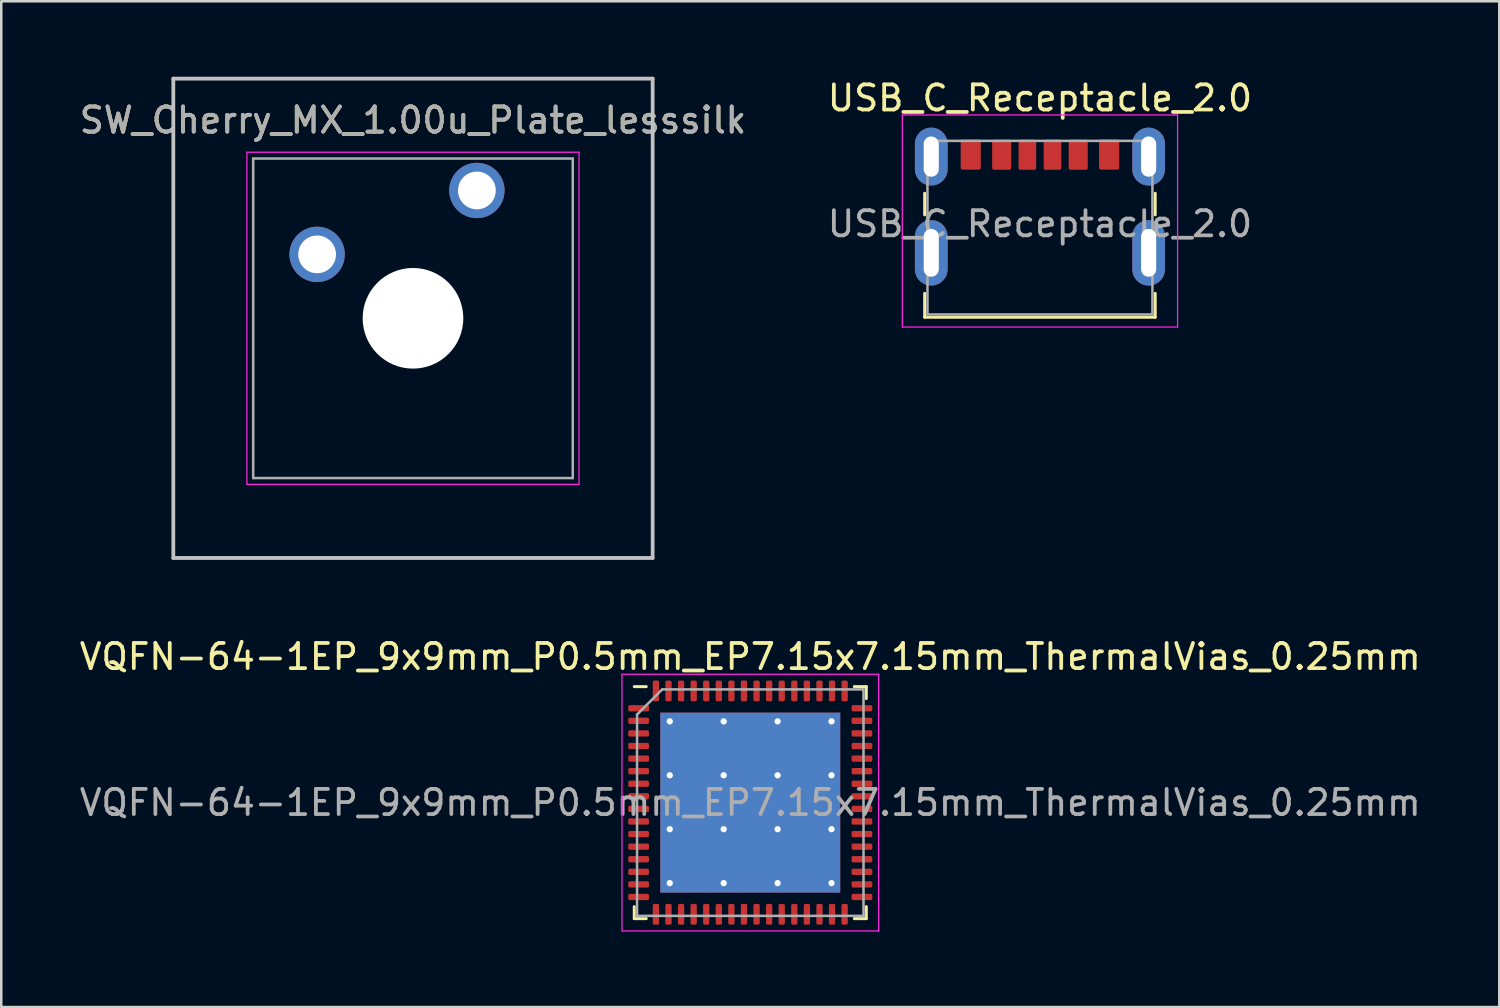
<source format=kicad_pcb>
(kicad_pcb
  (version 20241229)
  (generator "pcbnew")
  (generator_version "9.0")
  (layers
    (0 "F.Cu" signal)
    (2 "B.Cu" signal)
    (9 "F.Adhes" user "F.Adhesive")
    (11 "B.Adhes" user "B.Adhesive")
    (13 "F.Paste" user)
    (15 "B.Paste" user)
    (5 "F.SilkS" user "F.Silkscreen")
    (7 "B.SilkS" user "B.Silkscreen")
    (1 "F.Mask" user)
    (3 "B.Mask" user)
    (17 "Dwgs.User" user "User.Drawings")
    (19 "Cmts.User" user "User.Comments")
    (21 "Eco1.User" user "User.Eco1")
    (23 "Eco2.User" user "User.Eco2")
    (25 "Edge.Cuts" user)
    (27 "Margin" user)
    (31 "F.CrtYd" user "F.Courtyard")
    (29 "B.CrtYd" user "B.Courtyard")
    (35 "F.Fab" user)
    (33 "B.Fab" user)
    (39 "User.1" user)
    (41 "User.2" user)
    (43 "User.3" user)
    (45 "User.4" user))
  (footprint "VQFN-64-1EP_9x9mm_P0.5mm_EP7.15x7.15mm_ThermalVias_0.25mm"
    (layer "F.Cu")
    (at 26.768 28.848)
    (property "Reference" "VQFN-64-1EP_9x9mm_P0.5mm_EP7.15x7.15mm_ThermalVias_0.25mm" (at 0 -5.8 0) (layer "F.SilkS") (effects (font (size 1 1) (thickness 0.15))))
    (attr smd)
    (fp_line (start -4.61 4.61) (end -4.61 4.135) (stroke (width 0.12) (type solid)) (layer "F.SilkS"))
    (fp_line (start -4.135 -4.61) (end -4.61 -4.61) (stroke (width 0.12) (type solid)) (layer "F.SilkS"))
    (fp_line (start -4.135 4.61) (end -4.61 4.61) (stroke (width 0.12) (type solid)) (layer "F.SilkS"))
    (fp_line (start 4.135 -4.61) (end 4.61 -4.61) (stroke (width 0.12) (type solid)) (layer "F.SilkS"))
    (fp_line (start 4.135 4.61) (end 4.61 4.61) (stroke (width 0.12) (type solid)) (layer "F.SilkS"))
    (fp_line (start 4.61 -4.61) (end 4.61 -4.135) (stroke (width 0.12) (type solid)) (layer "F.SilkS"))
    (fp_line (start 4.61 4.61) (end 4.61 4.135) (stroke (width 0.12) (type solid)) (layer "F.SilkS"))
    (fp_line (start -5.1 -5.1) (end -5.1 5.1) (stroke (width 0.05) (type solid)) (layer "F.CrtYd"))
    (fp_line (start -5.1 5.1) (end 5.1 5.1) (stroke (width 0.05) (type solid)) (layer "F.CrtYd"))
    (fp_line (start 5.1 -5.1) (end -5.1 -5.1) (stroke (width 0.05) (type solid)) (layer "F.CrtYd"))
    (fp_line (start 5.1 5.1) (end 5.1 -5.1) (stroke (width 0.05) (type solid)) (layer "F.CrtYd"))
    (fp_line (start -4.5 -3.5) (end -3.5 -4.5) (stroke (width 0.1) (type solid)) (layer "F.Fab"))
    (fp_line (start -4.5 4.5) (end -4.5 -3.5) (stroke (width 0.1) (type solid)) (layer "F.Fab"))
    (fp_line (start -3.5 -4.5) (end 4.5 -4.5) (stroke (width 0.1) (type solid)) (layer "F.Fab"))
    (fp_line (start 4.5 -4.5) (end 4.5 4.5) (stroke (width 0.1) (type solid)) (layer "F.Fab"))
    (fp_line (start 4.5 4.5) (end -4.5 4.5) (stroke (width 0.1) (type solid)) (layer "F.Fab"))
    (fp_text user "${REFERENCE}" (at 0 0 0) (layer "F.Fab") (effects (font (size 1 1) (thickness 0.15))))
    (pad "" smd roundrect (at -2.38 -2.38) (size 1.92 1.92) (layers "F.Paste") (roundrect_rratio 0.13))
    (pad "" smd roundrect (at -2.38 0) (size 1.92 1.92) (layers "F.Paste") (roundrect_rratio 0.13))
    (pad "" smd roundrect (at -2.38 2.38) (size 1.92 1.92) (layers "F.Paste") (roundrect_rratio 0.13))
    (pad "" smd roundrect (at 0 -2.38) (size 1.92 1.92) (layers "F.Paste") (roundrect_rratio 0.13))
    (pad "" smd roundrect (at 0 0) (size 1.92 1.92) (layers "F.Paste") (roundrect_rratio 0.13))
    (pad "" smd roundrect (at 0 2.38) (size 1.92 1.92) (layers "F.Paste") (roundrect_rratio 0.13))
    (pad "" smd roundrect (at 2.38 -2.38) (size 1.92 1.92) (layers "F.Paste") (roundrect_rratio 0.13))
    (pad "" smd roundrect (at 2.38 0) (size 1.92 1.92) (layers "F.Paste") (roundrect_rratio 0.13))
    (pad "" smd roundrect (at 2.38 2.38) (size 1.92 1.92) (layers "F.Paste") (roundrect_rratio 0.13))
    (pad "1" smd roundrect (at -4.438 -3.75) (size 0.825 0.25) (layers "F.Cu" "F.Mask" "F.Paste") (roundrect_rratio 0.25))
    (pad "2" smd roundrect (at -4.438 -3.25) (size 0.825 0.25) (layers "F.Cu" "F.Mask" "F.Paste") (roundrect_rratio 0.25))
    (pad "3" smd roundrect (at -4.438 -2.75) (size 0.825 0.25) (layers "F.Cu" "F.Mask" "F.Paste") (roundrect_rratio 0.25))
    (pad "4" smd roundrect (at -4.438 -2.25) (size 0.825 0.25) (layers "F.Cu" "F.Mask" "F.Paste") (roundrect_rratio 0.25))
    (pad "5" smd roundrect (at -4.438 -1.75) (size 0.825 0.25) (layers "F.Cu" "F.Mask" "F.Paste") (roundrect_rratio 0.25))
    (pad "6" smd roundrect (at -4.438 -1.25) (size 0.825 0.25) (layers "F.Cu" "F.Mask" "F.Paste") (roundrect_rratio 0.25))
    (pad "7" smd roundrect (at -4.438 -0.75) (size 0.825 0.25) (layers "F.Cu" "F.Mask" "F.Paste") (roundrect_rratio 0.25))
    (pad "8" smd roundrect (at -4.438 -0.25) (size 0.825 0.25) (layers "F.Cu" "F.Mask" "F.Paste") (roundrect_rratio 0.25))
    (pad "9" smd roundrect (at -4.438 0.25) (size 0.825 0.25) (layers "F.Cu" "F.Mask" "F.Paste") (roundrect_rratio 0.25))
    (pad "10" smd roundrect (at -4.438 0.75) (size 0.825 0.25) (layers "F.Cu" "F.Mask" "F.Paste") (roundrect_rratio 0.25))
    (pad "11" smd roundrect (at -4.438 1.25) (size 0.825 0.25) (layers "F.Cu" "F.Mask" "F.Paste") (roundrect_rratio 0.25))
    (pad "12" smd roundrect (at -4.438 1.75) (size 0.825 0.25) (layers "F.Cu" "F.Mask" "F.Paste") (roundrect_rratio 0.25))
    (pad "13" smd roundrect (at -4.438 2.25) (size 0.825 0.25) (layers "F.Cu" "F.Mask" "F.Paste") (roundrect_rratio 0.25))
    (pad "14" smd roundrect (at -4.438 2.75) (size 0.825 0.25) (layers "F.Cu" "F.Mask" "F.Paste") (roundrect_rratio 0.25))
    (pad "15" smd roundrect (at -4.438 3.25) (size 0.825 0.25) (layers "F.Cu" "F.Mask" "F.Paste") (roundrect_rratio 0.25))
    (pad "16" smd roundrect (at -4.438 3.75) (size 0.825 0.25) (layers "F.Cu" "F.Mask" "F.Paste") (roundrect_rratio 0.25))
    (pad "17" smd roundrect (at -3.75 4.438) (size 0.25 0.825) (layers "F.Cu" "F.Mask" "F.Paste") (roundrect_rratio 0.25))
    (pad "18" smd roundrect (at -3.25 4.438) (size 0.25 0.825) (layers "F.Cu" "F.Mask" "F.Paste") (roundrect_rratio 0.25))
    (pad "19" smd roundrect (at -2.75 4.438) (size 0.25 0.825) (layers "F.Cu" "F.Mask" "F.Paste") (roundrect_rratio 0.25))
    (pad "20" smd roundrect (at -2.25 4.438) (size 0.25 0.825) (layers "F.Cu" "F.Mask" "F.Paste") (roundrect_rratio 0.25))
    (pad "21" smd roundrect (at -1.75 4.438) (size 0.25 0.825) (layers "F.Cu" "F.Mask" "F.Paste") (roundrect_rratio 0.25))
    (pad "22" smd roundrect (at -1.25 4.438) (size 0.25 0.825) (layers "F.Cu" "F.Mask" "F.Paste") (roundrect_rratio 0.25))
    (pad "23" smd roundrect (at -0.75 4.438) (size 0.25 0.825) (layers "F.Cu" "F.Mask" "F.Paste") (roundrect_rratio 0.25))
    (pad "24" smd roundrect (at -0.25 4.438) (size 0.25 0.825) (layers "F.Cu" "F.Mask" "F.Paste") (roundrect_rratio 0.25))
    (pad "25" smd roundrect (at 0.25 4.438) (size 0.25 0.825) (layers "F.Cu" "F.Mask" "F.Paste") (roundrect_rratio 0.25))
    (pad "26" smd roundrect (at 0.75 4.438) (size 0.25 0.825) (layers "F.Cu" "F.Mask" "F.Paste") (roundrect_rratio 0.25))
    (pad "27" smd roundrect (at 1.25 4.438) (size 0.25 0.825) (layers "F.Cu" "F.Mask" "F.Paste") (roundrect_rratio 0.25))
    (pad "28" smd roundrect (at 1.75 4.438) (size 0.25 0.825) (layers "F.Cu" "F.Mask" "F.Paste") (roundrect_rratio 0.25))
    (pad "29" smd roundrect (at 2.25 4.438) (size 0.25 0.825) (layers "F.Cu" "F.Mask" "F.Paste") (roundrect_rratio 0.25))
    (pad "30" smd roundrect (at 2.75 4.438) (size 0.25 0.825) (layers "F.Cu" "F.Mask" "F.Paste") (roundrect_rratio 0.25))
    (pad "31" smd roundrect (at 3.25 4.438) (size 0.25 0.825) (layers "F.Cu" "F.Mask" "F.Paste") (roundrect_rratio 0.25))
    (pad "32" smd roundrect (at 3.75 4.438) (size 0.25 0.825) (layers "F.Cu" "F.Mask" "F.Paste") (roundrect_rratio 0.25))
    (pad "33" smd roundrect (at 4.438 3.75) (size 0.825 0.25) (layers "F.Cu" "F.Mask" "F.Paste") (roundrect_rratio 0.25))
    (pad "34" smd roundrect (at 4.438 3.25) (size 0.825 0.25) (layers "F.Cu" "F.Mask" "F.Paste") (roundrect_rratio 0.25))
    (pad "35" smd roundrect (at 4.438 2.75) (size 0.825 0.25) (layers "F.Cu" "F.Mask" "F.Paste") (roundrect_rratio 0.25))
    (pad "36" smd roundrect (at 4.438 2.25) (size 0.825 0.25) (layers "F.Cu" "F.Mask" "F.Paste") (roundrect_rratio 0.25))
    (pad "37" smd roundrect (at 4.438 1.75) (size 0.825 0.25) (layers "F.Cu" "F.Mask" "F.Paste") (roundrect_rratio 0.25))
    (pad "38" smd roundrect (at 4.438 1.25) (size 0.825 0.25) (layers "F.Cu" "F.Mask" "F.Paste") (roundrect_rratio 0.25))
    (pad "39" smd roundrect (at 4.438 0.75) (size 0.825 0.25) (layers "F.Cu" "F.Mask" "F.Paste") (roundrect_rratio 0.25))
    (pad "40" smd roundrect (at 4.438 0.25) (size 0.825 0.25) (layers "F.Cu" "F.Mask" "F.Paste") (roundrect_rratio 0.25))
    (pad "41" smd roundrect (at 4.438 -0.25) (size 0.825 0.25) (layers "F.Cu" "F.Mask" "F.Paste") (roundrect_rratio 0.25))
    (pad "42" smd roundrect (at 4.438 -0.75) (size 0.825 0.25) (layers "F.Cu" "F.Mask" "F.Paste") (roundrect_rratio 0.25))
    (pad "43" smd roundrect (at 4.438 -1.25) (size 0.825 0.25) (layers "F.Cu" "F.Mask" "F.Paste") (roundrect_rratio 0.25))
    (pad "44" smd roundrect (at 4.438 -1.75) (size 0.825 0.25) (layers "F.Cu" "F.Mask" "F.Paste") (roundrect_rratio 0.25))
    (pad "45" smd roundrect (at 4.438 -2.25) (size 0.825 0.25) (layers "F.Cu" "F.Mask" "F.Paste") (roundrect_rratio 0.25))
    (pad "46" smd roundrect (at 4.438 -2.75) (size 0.825 0.25) (layers "F.Cu" "F.Mask" "F.Paste") (roundrect_rratio 0.25))
    (pad "47" smd roundrect (at 4.438 -3.25) (size 0.825 0.25) (layers "F.Cu" "F.Mask" "F.Paste") (roundrect_rratio 0.25))
    (pad "48" smd roundrect (at 4.438 -3.75) (size 0.825 0.25) (layers "F.Cu" "F.Mask" "F.Paste") (roundrect_rratio 0.25))
    (pad "49" smd roundrect (at 3.75 -4.438) (size 0.25 0.825) (layers "F.Cu" "F.Mask" "F.Paste") (roundrect_rratio 0.25))
    (pad "50" smd roundrect (at 3.25 -4.438) (size 0.25 0.825) (layers "F.Cu" "F.Mask" "F.Paste") (roundrect_rratio 0.25))
    (pad "51" smd roundrect (at 2.75 -4.438) (size 0.25 0.825) (layers "F.Cu" "F.Mask" "F.Paste") (roundrect_rratio 0.25))
    (pad "52" smd roundrect (at 2.25 -4.438) (size 0.25 0.825) (layers "F.Cu" "F.Mask" "F.Paste") (roundrect_rratio 0.25))
    (pad "53" smd roundrect (at 1.75 -4.438) (size 0.25 0.825) (layers "F.Cu" "F.Mask" "F.Paste") (roundrect_rratio 0.25))
    (pad "54" smd roundrect (at 1.25 -4.438) (size 0.25 0.825) (layers "F.Cu" "F.Mask" "F.Paste") (roundrect_rratio 0.25))
    (pad "55" smd roundrect (at 0.75 -4.438) (size 0.25 0.825) (layers "F.Cu" "F.Mask" "F.Paste") (roundrect_rratio 0.25))
    (pad "56" smd roundrect (at 0.25 -4.438) (size 0.25 0.825) (layers "F.Cu" "F.Mask" "F.Paste") (roundrect_rratio 0.25))
    (pad "57" smd roundrect (at -0.25 -4.438) (size 0.25 0.825) (layers "F.Cu" "F.Mask" "F.Paste") (roundrect_rratio 0.25))
    (pad "58" smd roundrect (at -0.75 -4.438) (size 0.25 0.825) (layers "F.Cu" "F.Mask" "F.Paste") (roundrect_rratio 0.25))
    (pad "59" smd roundrect (at -1.25 -4.438) (size 0.25 0.825) (layers "F.Cu" "F.Mask" "F.Paste") (roundrect_rratio 0.25))
    (pad "60" smd roundrect (at -1.75 -4.438) (size 0.25 0.825) (layers "F.Cu" "F.Mask" "F.Paste") (roundrect_rratio 0.25))
    (pad "61" smd roundrect (at -2.25 -4.438) (size 0.25 0.825) (layers "F.Cu" "F.Mask" "F.Paste") (roundrect_rratio 0.25))
    (pad "62" smd roundrect (at -2.75 -4.438) (size 0.25 0.825) (layers "F.Cu" "F.Mask" "F.Paste") (roundrect_rratio 0.25))
    (pad "63" smd roundrect (at -3.25 -4.438) (size 0.25 0.825) (layers "F.Cu" "F.Mask" "F.Paste") (roundrect_rratio 0.25))
    (pad "64" smd roundrect (at -3.75 -4.438) (size 0.25 0.825) (layers "F.Cu" "F.Mask" "F.Paste") (roundrect_rratio 0.25))
    (pad "65" thru_hole circle (at -3.2 -3.229) (size 0.55 0.55) (drill 0.25) (layers "*.Cu"))
    (pad "65" thru_hole circle (at -3.2 -1.086) (size 0.55 0.55) (drill 0.25) (layers "*.Cu"))
    (pad "65" thru_hole circle (at -3.2 1.057) (size 0.55 0.55) (drill 0.25) (layers "*.Cu"))
    (pad "65" thru_hole circle (at -3.2 3.2) (size 0.55 0.55) (drill 0.25) (layers "*.Cu"))
    (pad "65" thru_hole circle (at -1.057 -3.229) (size 0.55 0.55) (drill 0.25) (layers "*.Cu"))
    (pad "65" thru_hole circle (at -1.057 -1.086) (size 0.55 0.55) (drill 0.25) (layers "*.Cu"))
    (pad "65" thru_hole circle (at -1.057 1.057) (size 0.55 0.55) (drill 0.25) (layers "*.Cu"))
    (pad "65" thru_hole circle (at -1.057 3.2) (size 0.55 0.55) (drill 0.25) (layers "*.Cu"))
    (pad "65" smd rect (at 0 0) (size 7.15 7.15) (layers "F.Cu" "F.Mask"))
    (pad "65" smd rect (at 0 0) (size 7.15 7.15) (layers "B.Cu"))
    (pad "65" thru_hole circle (at 1.086 -3.229) (size 0.55 0.55) (drill 0.25) (layers "*.Cu"))
    (pad "65" thru_hole circle (at 1.086 -1.086) (size 0.55 0.55) (drill 0.25) (layers "*.Cu"))
    (pad "65" thru_hole circle (at 1.086 1.057) (size 0.55 0.55) (drill 0.25) (layers "*.Cu"))
    (pad "65" thru_hole circle (at 1.086 3.2) (size 0.55 0.55) (drill 0.25) (layers "*.Cu"))
    (pad "65" thru_hole circle (at 3.229 -3.229) (size 0.55 0.55) (drill 0.25) (layers "*.Cu"))
    (pad "65" thru_hole circle (at 3.229 -1.086) (size 0.55 0.55) (drill 0.25) (layers "*.Cu"))
    (pad "65" thru_hole circle (at 3.229 1.057) (size 0.55 0.55) (drill 0.25) (layers "*.Cu"))
    (pad "65" thru_hole circle (at 3.229 3.2) (size 0.55 0.55) (drill 0.25) (layers "*.Cu")))
  (footprint "SW_Cherry_MX_1.00u_Plate_lesssilk"
    (layer "F.Cu")
    (at 15.903 4.52)
    (property "Reference" "SW_Cherry_MX_1.00u_Plate_lesssilk" (at -2.54 -2.794 0) (layer "F.SilkS") (effects (font (size 1 1) (thickness 0.15))))
    (attr through_hole)
    (fp_line (start -12.065 -4.445) (end 6.985 -4.445) (stroke (width 0.15) (type solid)) (layer "Dwgs.User"))
    (fp_line (start -12.065 14.605) (end -12.065 -4.445) (stroke (width 0.15) (type solid)) (layer "Dwgs.User"))
    (fp_line (start 6.985 -4.445) (end 6.985 14.605) (stroke (width 0.15) (type solid)) (layer "Dwgs.User"))
    (fp_line (start 6.985 14.605) (end -12.065 14.605) (stroke (width 0.15) (type solid)) (layer "Dwgs.User"))
    (fp_line (start -9.14 -1.52) (end 4.06 -1.52) (stroke (width 0.05) (type solid)) (layer "F.CrtYd"))
    (fp_line (start -9.14 11.68) (end -9.14 -1.52) (stroke (width 0.05) (type solid)) (layer "F.CrtYd"))
    (fp_line (start 4.06 -1.52) (end 4.06 11.68) (stroke (width 0.05) (type solid)) (layer "F.CrtYd"))
    (fp_line (start 4.06 11.68) (end -9.14 11.68) (stroke (width 0.05) (type solid)) (layer "F.CrtYd"))
    (fp_line (start -8.89 -1.27) (end 3.81 -1.27) (stroke (width 0.1) (type solid)) (layer "F.Fab"))
    (fp_line (start -8.89 11.43) (end -8.89 -1.27) (stroke (width 0.1) (type solid)) (layer "F.Fab"))
    (fp_line (start 3.81 -1.27) (end 3.81 11.43) (stroke (width 0.1) (type solid)) (layer "F.Fab"))
    (fp_line (start 3.81 11.43) (end -8.89 11.43) (stroke (width 0.1) (type solid)) (layer "F.Fab"))
    (fp_text user "${REFERENCE}" (at -2.54 -2.794 0) (layer "F.Fab") (effects (font (size 1 1) (thickness 0.15))))
    (pad "" np_thru_hole circle (at -2.54 5.08) (size 4 4) (drill 4) (layers "*.Cu" "*.Mask"))
    (pad "1" thru_hole circle (at 0 0) (size 2.2 2.2) (drill 1.5) (layers "*.Cu" "*.Mask"))
    (pad "2" thru_hole circle (at -6.35 2.54) (size 2.2 2.2) (drill 1.5) (layers "*.Cu" "*.Mask")))
  (footprint "USB_C_Receptacle_2.0"
    (layer "F.Cu")
    (at 38.28 5.848)
    (property "Reference" "USB_C_Receptacle_2.0" (at 0 -5 0) (layer "F.SilkS") (effects (font (size 1 1) (thickness 0.15))))
    (attr smd)
    (fp_line (start -4.58 -1.215) (end -4.58 -0.36) (stroke (width 0.12) (type solid)) (layer "F.SilkS"))
    (fp_line (start -4.58 2.76) (end -4.58 3.71) (stroke (width 0.12) (type solid)) (layer "F.SilkS"))
    (fp_line (start -4.58 3.71) (end 4.58 3.71) (stroke (width 0.12) (type solid)) (layer "F.SilkS"))
    (fp_line (start 4.58 -1.215) (end 4.58 -0.36) (stroke (width 0.12) (type solid)) (layer "F.SilkS"))
    (fp_line (start 4.58 2.76) (end 4.58 3.71) (stroke (width 0.12) (type solid)) (layer "F.SilkS"))
    (fp_line (start -5.47 -4.33) (end -5.47 4.1) (stroke (width 0.05) (type solid)) (layer "F.CrtYd"))
    (fp_line (start -5.47 -4.33) (end 5.47 -4.33) (stroke (width 0.05) (type solid)) (layer "F.CrtYd"))
    (fp_line (start -5.47 4.1) (end 5.47 4.1) (stroke (width 0.05) (type solid)) (layer "F.CrtYd"))
    (fp_line (start 5.47 -4.33) (end 5.47 4.1) (stroke (width 0.05) (type solid)) (layer "F.CrtYd"))
    (fp_line (start -4.47 -3.3) (end -4.47 3.6) (stroke (width 0.1) (type solid)) (layer "F.Fab"))
    (fp_line (start -4.47 -3.3) (end 4.47 -3.3) (stroke (width 0.1) (type solid)) (layer "F.Fab"))
    (fp_line (start -4.47 3.6) (end 4.47 3.6) (stroke (width 0.1) (type solid)) (layer "F.Fab"))
    (fp_line (start 4.47 -3.3) (end 4.47 3.6) (stroke (width 0.1) (type solid)) (layer "F.Fab"))
    (fp_text user "${REFERENCE}" (at 0 0 0) (layer "F.Fab") (effects (font (size 1 1) (thickness 0.15))))
    (pad "A5" smd roundrect (at -0.5 -2.75) (size 0.7 1.2) (layers "F.Cu" "F.Mask" "F.Paste") (roundrect_rratio 0.1))
    (pad "A9" smd roundrect (at 1.52 -2.75) (size 0.76 1.2) (layers "F.Cu" "F.Mask" "F.Paste") (roundrect_rratio 0.1))
    (pad "A12" smd roundrect (at 2.75 -2.755) (size 0.8 1.2) (layers "F.Cu" "F.Mask" "F.Paste") (roundrect_rratio 0.1))
    (pad "B5" smd roundrect (at 0.5 -2.75) (size 0.7 1.2) (layers "F.Cu" "F.Mask" "F.Paste") (roundrect_rratio 0.1))
    (pad "B9" smd roundrect (at -1.52 -2.75) (size 0.76 1.2) (layers "F.Cu" "F.Mask" "F.Paste") (roundrect_rratio 0.1))
    (pad "B12" smd roundrect (at -2.75 -2.755) (size 0.8 1.2) (layers "F.Cu" "F.Mask" "F.Paste") (roundrect_rratio 0.1))
    (pad "S1" thru_hole oval (at -4.32 -2.675) (size 1.3 2.3) (drill oval 0.6 1.6) (layers "*.Cu" "*.Mask"))
    (pad "S1" thru_hole oval (at -4.32 1.15) (size 1.3 2.6) (drill oval 0.6 1.9) (layers "*.Cu" "*.Mask"))
    (pad "S1" thru_hole oval (at 4.32 -2.675) (size 1.3 2.3) (drill oval 0.6 1.6) (layers "*.Cu" "*.Mask"))
    (pad "S1" thru_hole oval (at 4.32 1.15) (size 1.3 2.6) (drill oval 0.6 1.9) (layers "*.Cu" "*.Mask")))
  (gr_rect
    (start -3 -3)
    (end 56.536 36.973)
    (stroke (width 0.1) (type default))
    (fill no)
    (layer "Edge.Cuts")))
</source>
